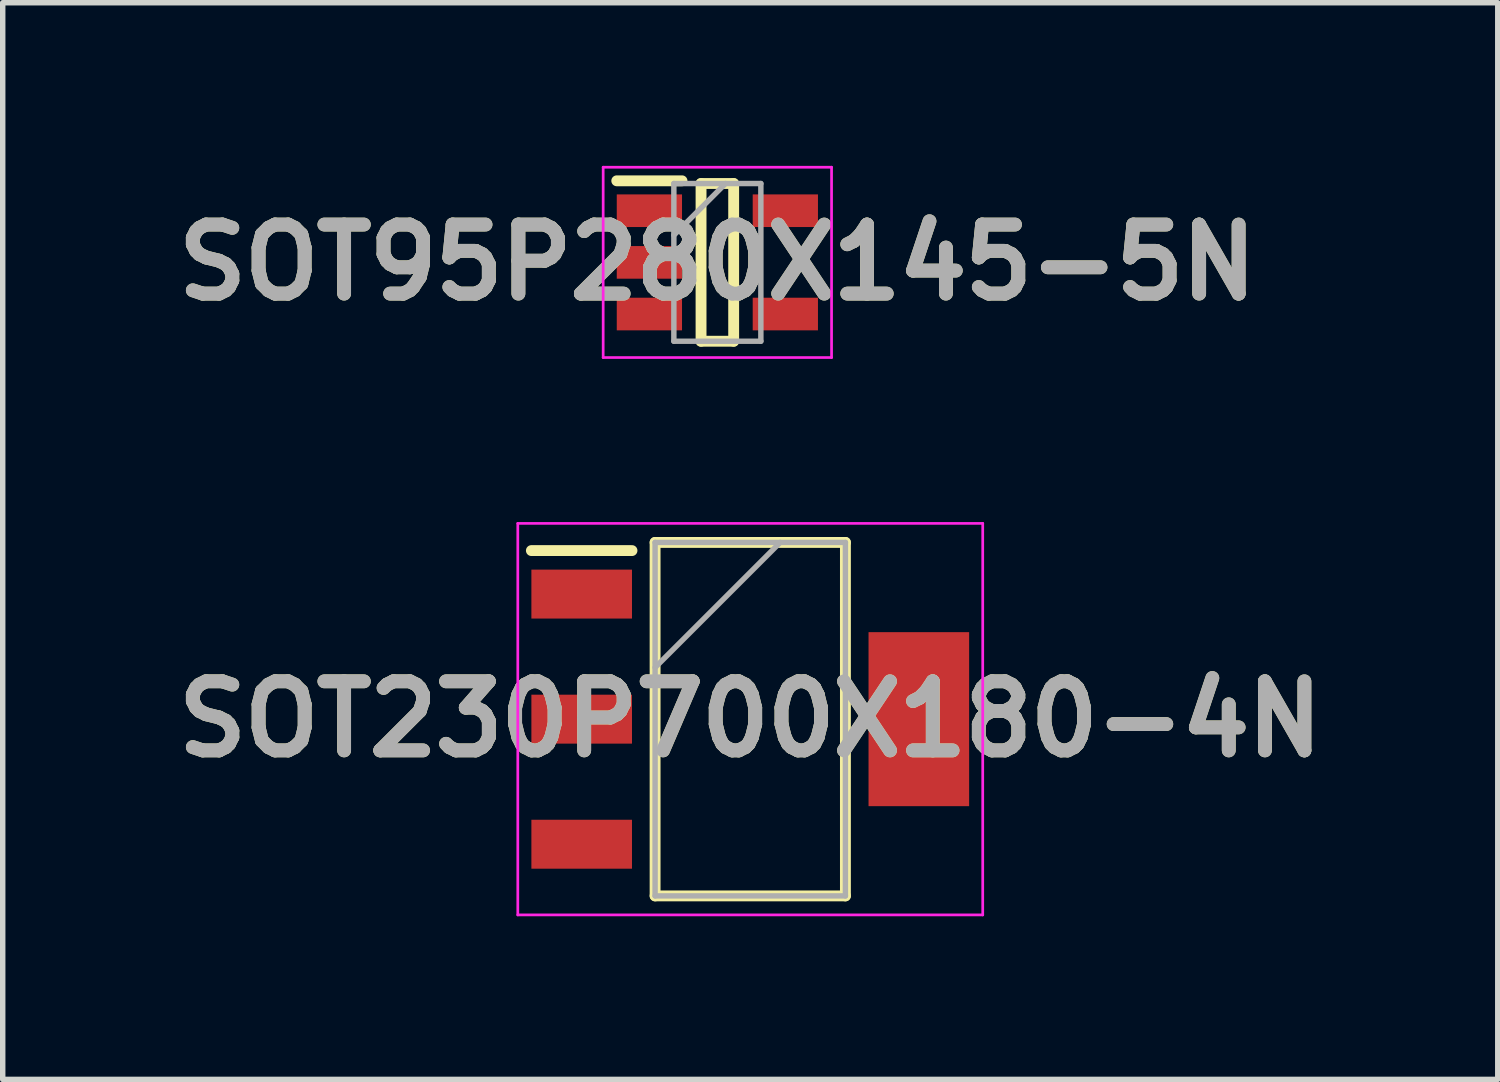
<source format=kicad_pcb>
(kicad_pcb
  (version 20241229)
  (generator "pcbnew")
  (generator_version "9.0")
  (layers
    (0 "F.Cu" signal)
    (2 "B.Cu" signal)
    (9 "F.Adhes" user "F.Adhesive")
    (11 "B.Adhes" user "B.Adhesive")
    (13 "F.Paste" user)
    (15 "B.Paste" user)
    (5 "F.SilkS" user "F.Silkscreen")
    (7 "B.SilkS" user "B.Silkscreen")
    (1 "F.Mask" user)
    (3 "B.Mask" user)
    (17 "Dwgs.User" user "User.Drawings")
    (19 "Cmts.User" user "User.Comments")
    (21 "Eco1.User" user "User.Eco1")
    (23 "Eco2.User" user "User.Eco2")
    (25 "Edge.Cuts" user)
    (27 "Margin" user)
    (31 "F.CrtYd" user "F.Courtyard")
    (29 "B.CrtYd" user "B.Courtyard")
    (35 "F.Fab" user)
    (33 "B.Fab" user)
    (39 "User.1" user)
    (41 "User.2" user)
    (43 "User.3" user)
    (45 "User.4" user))
  (footprint "SOT95P280X145-5N"
    (layer "F.Cu")
    (at 10.142 1.775)
    (property "Reference" "SOT95P280X145-5N" (at 0 0 0) (layer "F.SilkS") (effects (font (size 1.27 1.27) (thickness 0.254))))
    (attr smd)
    (fp_line (start -1.85 -1.5) (end -0.65 -1.5) (stroke (width 0.2) (type solid)) (layer "F.SilkS"))
    (fp_line (start -0.3 -1.45) (end 0.3 -1.45) (stroke (width 0.2) (type solid)) (layer "F.SilkS"))
    (fp_line (start -0.3 1.45) (end -0.3 -1.45) (stroke (width 0.2) (type solid)) (layer "F.SilkS"))
    (fp_line (start 0.3 -1.45) (end 0.3 1.45) (stroke (width 0.2) (type solid)) (layer "F.SilkS"))
    (fp_line (start 0.3 1.45) (end -0.3 1.45) (stroke (width 0.2) (type solid)) (layer "F.SilkS"))
    (fp_line (start -2.1 -1.75) (end 2.1 -1.75) (stroke (width 0.05) (type solid)) (layer "F.CrtYd"))
    (fp_line (start -2.1 1.75) (end -2.1 -1.75) (stroke (width 0.05) (type solid)) (layer "F.CrtYd"))
    (fp_line (start 2.1 -1.75) (end 2.1 1.75) (stroke (width 0.05) (type solid)) (layer "F.CrtYd"))
    (fp_line (start 2.1 1.75) (end -2.1 1.75) (stroke (width 0.05) (type solid)) (layer "F.CrtYd"))
    (fp_line (start -0.8 -1.45) (end 0.8 -1.45) (stroke (width 0.1) (type solid)) (layer "F.Fab"))
    (fp_line (start -0.8 -0.5) (end 0.15 -1.45) (stroke (width 0.1) (type solid)) (layer "F.Fab"))
    (fp_line (start -0.8 1.45) (end -0.8 -1.45) (stroke (width 0.1) (type solid)) (layer "F.Fab"))
    (fp_line (start 0.8 -1.45) (end 0.8 1.45) (stroke (width 0.1) (type solid)) (layer "F.Fab"))
    (fp_line (start 0.8 1.45) (end -0.8 1.45) (stroke (width 0.1) (type solid)) (layer "F.Fab"))
    (fp_text user "${REFERENCE}" (at 0 0 0) (layer "F.Fab") (effects (font (size 1.27 1.27) (thickness 0.254))))
    (pad "1" smd rect (at -1.25 -0.95 90) (size 0.6 1.2) (layers "F.Cu" "F.Mask" "F.Paste"))
    (pad "2" smd rect (at -1.25 0 90) (size 0.6 1.2) (layers "F.Cu" "F.Mask" "F.Paste"))
    (pad "3" smd rect (at -1.25 0.95 90) (size 0.6 1.2) (layers "F.Cu" "F.Mask" "F.Paste"))
    (pad "4" smd rect (at 1.25 0.95 90) (size 0.6 1.2) (layers "F.Cu" "F.Mask" "F.Paste"))
    (pad "5" smd rect (at 1.25 -0.95 90) (size 0.6 1.2) (layers "F.Cu" "F.Mask" "F.Paste")))
  (footprint "SOT230P700X180-4N"
    (layer "F.Cu")
    (at 10.747 10.175)
    (property "Reference" "SOT230P700X180-4N" (at 0 0 0) (layer "F.SilkS") (effects (font (size 1.27 1.27) (thickness 0.254))))
    (attr smd)
    (fp_line (start -4.025 -3.1) (end -2.175 -3.1) (stroke (width 0.2) (type solid)) (layer "F.SilkS"))
    (fp_line (start -1.75 -3.25) (end 1.75 -3.25) (stroke (width 0.2) (type solid)) (layer "F.SilkS"))
    (fp_line (start -1.75 3.25) (end -1.75 -3.25) (stroke (width 0.2) (type solid)) (layer "F.SilkS"))
    (fp_line (start 1.75 -3.25) (end 1.75 3.25) (stroke (width 0.2) (type solid)) (layer "F.SilkS"))
    (fp_line (start 1.75 3.25) (end -1.75 3.25) (stroke (width 0.2) (type solid)) (layer "F.SilkS"))
    (fp_line (start -4.275 -3.6) (end 4.275 -3.6) (stroke (width 0.05) (type solid)) (layer "F.CrtYd"))
    (fp_line (start -4.275 3.6) (end -4.275 -3.6) (stroke (width 0.05) (type solid)) (layer "F.CrtYd"))
    (fp_line (start 4.275 -3.6) (end 4.275 3.6) (stroke (width 0.05) (type solid)) (layer "F.CrtYd"))
    (fp_line (start 4.275 3.6) (end -4.275 3.6) (stroke (width 0.05) (type solid)) (layer "F.CrtYd"))
    (fp_line (start -1.75 -3.25) (end 1.75 -3.25) (stroke (width 0.1) (type solid)) (layer "F.Fab"))
    (fp_line (start -1.75 -0.95) (end 0.55 -3.25) (stroke (width 0.1) (type solid)) (layer "F.Fab"))
    (fp_line (start -1.75 3.25) (end -1.75 -3.25) (stroke (width 0.1) (type solid)) (layer "F.Fab"))
    (fp_line (start 1.75 -3.25) (end 1.75 3.25) (stroke (width 0.1) (type solid)) (layer "F.Fab"))
    (fp_line (start 1.75 3.25) (end -1.75 3.25) (stroke (width 0.1) (type solid)) (layer "F.Fab"))
    (fp_text user "${REFERENCE}" (at 0 0 0) (layer "F.Fab") (effects (font (size 1.27 1.27) (thickness 0.254))))
    (pad "1" smd rect (at -3.1 -2.3 90) (size 0.9 1.85) (layers "F.Cu" "F.Mask" "F.Paste"))
    (pad "2" smd rect (at -3.1 0 90) (size 0.9 1.85) (layers "F.Cu" "F.Mask" "F.Paste"))
    (pad "3" smd rect (at -3.1 2.3 90) (size 0.9 1.85) (layers "F.Cu" "F.Mask" "F.Paste"))
    (pad "4" smd rect (at 3.1 0) (size 1.85 3.2) (layers "F.Cu" "F.Mask" "F.Paste")))
  (gr_rect
    (start -3 -3)
    (end 24.493 16.8)
    (stroke (width 0.1) (type default))
    (fill no)
    (layer "Edge.Cuts")))
</source>
